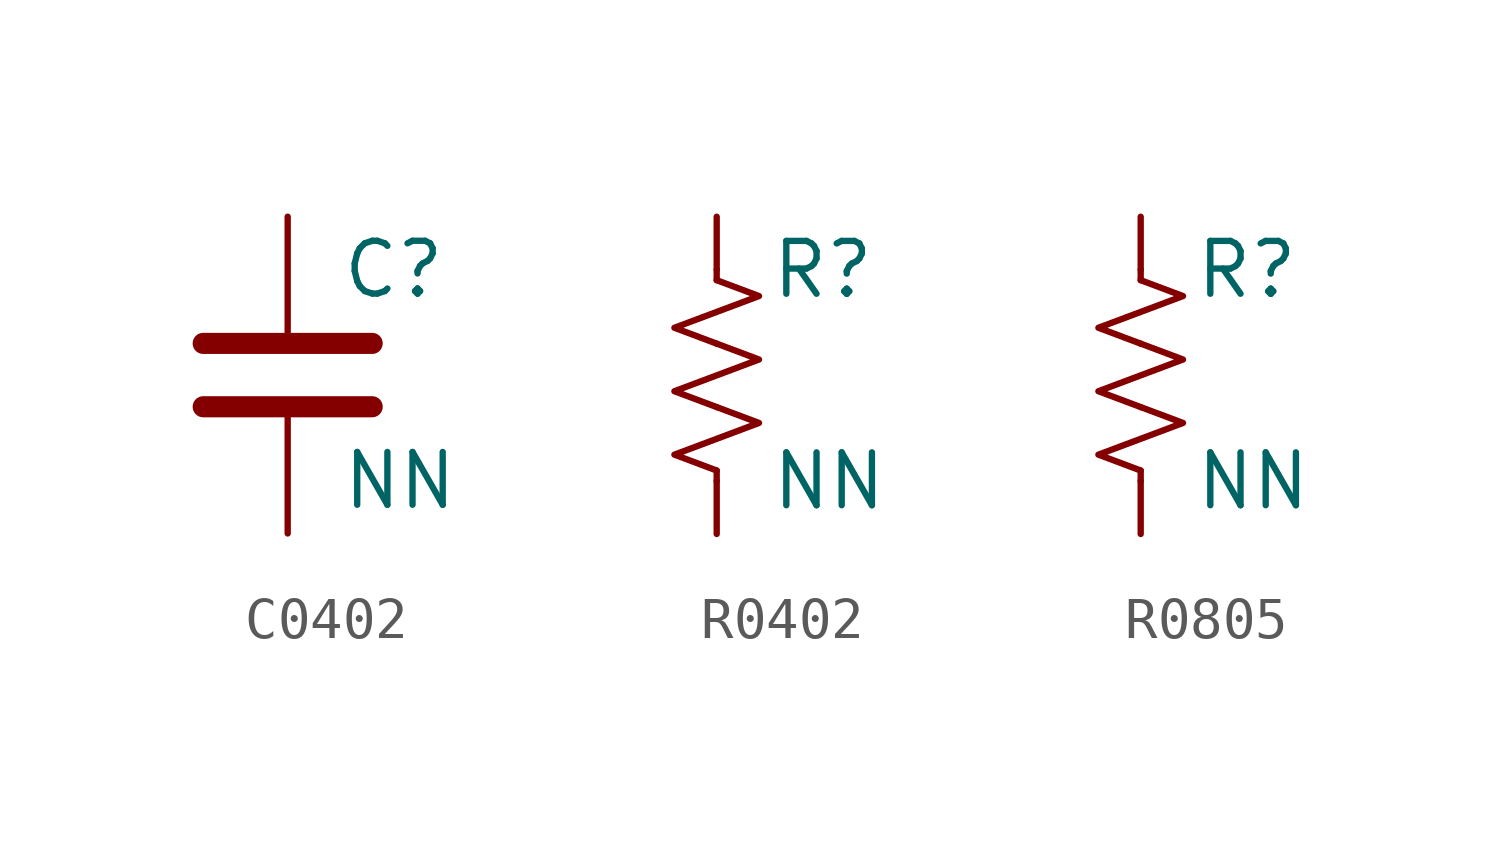
<source format=kicad_sym>
(kicad_symbol_lib
  (version 20231120)
  (generator "kicad_symbol_editor")
  (generator_version "8.0")
  (symbol "C0402"
    (pin_numbers hide)
    (pin_names
      (offset 0.254))
    (property "Reference" "C"
      (at 1.27 2.54 0)
      (effects (font (size 1.27 1.27)) (justify left)))
    (property "Value" "NN"
      (at 1.27 -2.54 0)
      (effects (font (size 1.27 1.27)) (justify left)))
    (symbol "C0402_0_1"
      (polyline (pts (xy -2.032 -0.762) (xy 2.032 -0.762)) (stroke (width 0.508) (type default)) (fill (type none)))
      (polyline (pts (xy -2.032 0.762) (xy 2.032 0.762)) (stroke (width 0.508) (type default)) (fill (type none))))
    (symbol "C0402_1_1"
      (pin passive line (at 0 3.81 270) (length 2.794) (name "~" (effects (font (size 1.27 1.27)))) (number "1" (effects (font (size 1.27 1.27)))))
      (pin passive line (at 0 -3.81 90) (length 2.794) (name "~" (effects (font (size 1.27 1.27)))) (number "2" (effects (font (size 1.27 1.27)))))))
  (symbol "R0402"
    (pin_numbers hide)
    (pin_names
      (offset 0))
    (property "Reference" "R"
      (at 1.27 2.54 0)
      (effects (font (size 1.27 1.27)) (justify left)))
    (property "Value" "NN"
      (at 1.27 -2.54 0)
      (effects (font (size 1.27 1.27)) (justify left)))
    (symbol "R0402_0_1"
      (polyline (pts (xy 0 -2.286) (xy 0 -2.54)) (stroke (width 0) (type default)) (fill (type none)))
      (polyline (pts (xy 0 2.286) (xy 0 2.54)) (stroke (width 0) (type default)) (fill (type none)))
      (polyline (pts (xy 0 -0.762) (xy 1.016 -1.143) (xy 0 -1.524) (xy -1.016 -1.905) (xy 0 -2.286)) (stroke (width 0) (type default)) (fill (type none)))
      (polyline (pts (xy 0 0.762) (xy 1.016 0.381) (xy 0 0) (xy -1.016 -0.381) (xy 0 -0.762)) (stroke (width 0) (type default)) (fill (type none)))
      (polyline (pts (xy 0 2.286) (xy 1.016 1.905) (xy 0 1.524) (xy -1.016 1.143) (xy 0 0.762)) (stroke (width 0) (type default)) (fill (type none))))
    (symbol "R0402_1_1"
      (pin passive line (at 0 3.81 270) (length 1.27) (name "~" (effects (font (size 1.27 1.27)))) (number "1" (effects (font (size 1.27 1.27)))))
      (pin passive line (at 0 -3.81 90) (length 1.27) (name "~" (effects (font (size 1.27 1.27)))) (number "2" (effects (font (size 1.27 1.27)))))))
  (symbol "R0805"
    (pin_numbers hide)
    (pin_names
      (offset 0))
    (property "Reference" "R"
      (at 1.27 2.54 0)
      (effects (font (size 1.27 1.27)) (justify left)))
    (property "Value" "NN"
      (at 1.27 -2.54 0)
      (effects (font (size 1.27 1.27)) (justify left)))
    (symbol "R0805_0_1"
      (polyline (pts (xy 0 -2.286) (xy 0 -2.54)) (stroke (width 0) (type default)) (fill (type none)))
      (polyline (pts (xy 0 2.286) (xy 0 2.54)) (stroke (width 0) (type default)) (fill (type none)))
      (polyline (pts (xy 0 -0.762) (xy 1.016 -1.143) (xy 0 -1.524) (xy -1.016 -1.905) (xy 0 -2.286)) (stroke (width 0) (type default)) (fill (type none)))
      (polyline (pts (xy 0 0.762) (xy 1.016 0.381) (xy 0 0) (xy -1.016 -0.381) (xy 0 -0.762)) (stroke (width 0) (type default)) (fill (type none)))
      (polyline (pts (xy 0 2.286) (xy 1.016 1.905) (xy 0 1.524) (xy -1.016 1.143) (xy 0 0.762)) (stroke (width 0) (type default)) (fill (type none))))
    (symbol "R0805_1_1"
      (pin passive line (at 0 3.81 270) (length 1.27) (name "~" (effects (font (size 1.27 1.27)))) (number "1" (effects (font (size 1.27 1.27)))))
      (pin passive line (at 0 -3.81 90) (length 1.27) (name "~" (effects (font (size 1.27 1.27)))) (number "2" (effects (font (size 1.27 1.27))))))))
</source>
